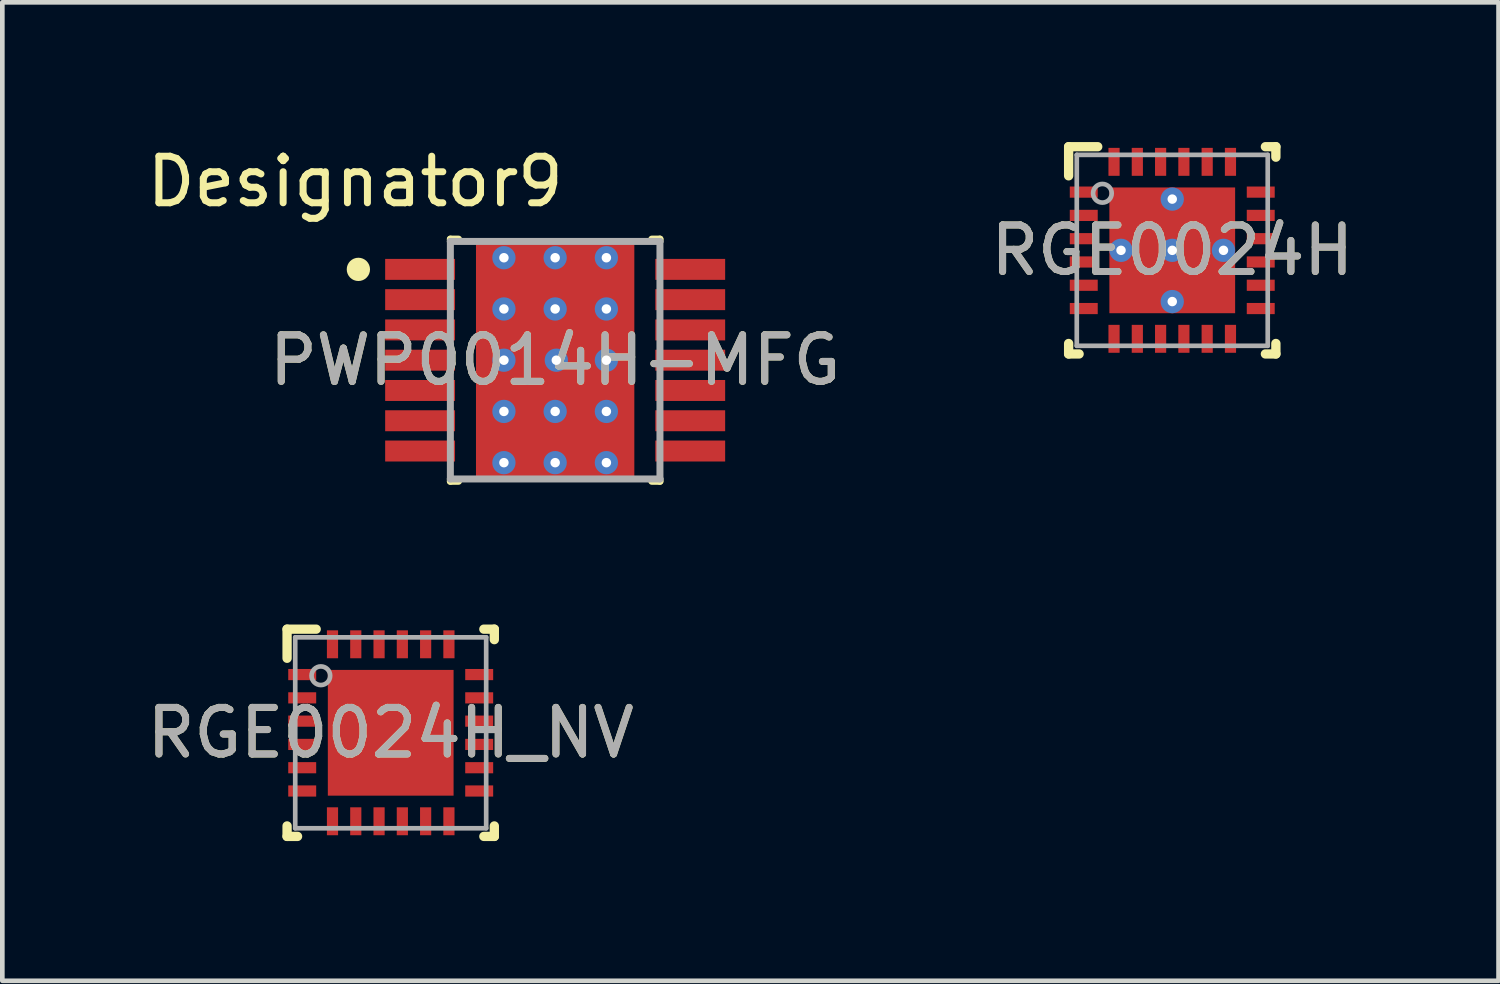
<source format=kicad_pcb>
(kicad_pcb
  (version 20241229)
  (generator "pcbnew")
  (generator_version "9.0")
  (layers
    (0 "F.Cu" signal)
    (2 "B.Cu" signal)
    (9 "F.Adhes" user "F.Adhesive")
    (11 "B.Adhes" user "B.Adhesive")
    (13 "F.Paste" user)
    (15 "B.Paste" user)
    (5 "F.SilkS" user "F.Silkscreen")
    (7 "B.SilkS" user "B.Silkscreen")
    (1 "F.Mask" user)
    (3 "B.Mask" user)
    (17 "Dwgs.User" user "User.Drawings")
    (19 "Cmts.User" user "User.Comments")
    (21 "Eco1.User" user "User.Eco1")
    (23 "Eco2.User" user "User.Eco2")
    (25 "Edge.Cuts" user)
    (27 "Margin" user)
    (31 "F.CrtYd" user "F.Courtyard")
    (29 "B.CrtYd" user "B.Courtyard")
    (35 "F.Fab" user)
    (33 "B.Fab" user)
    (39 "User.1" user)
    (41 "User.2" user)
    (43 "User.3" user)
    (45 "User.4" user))
  (footprint "RGE0024H_NV"
    (layer "F.Cu")
    (at 5.339 12.684)
    (property "Reference" "RGE0024H_NV" (at 0 0 0) (unlocked yes) (layer "F.SilkS") (effects (font (size 1 1) (thickness 0.15))))
    (attr smd)
    (fp_line (start -2.225 -2.225) (end -1.6 -2.225) (stroke (width 0.2) (type solid)) (layer "F.SilkS"))
    (fp_line (start -2.225 -1.6) (end -2.225 -2.225) (stroke (width 0.2) (type solid)) (layer "F.SilkS"))
    (fp_line (start -2.225 2.225) (end -2.225 2) (stroke (width 0.2) (type solid)) (layer "F.SilkS"))
    (fp_line (start -2.225 2.225) (end -2 2.225) (stroke (width 0.2) (type solid)) (layer "F.SilkS"))
    (fp_line (start 2 -2.225) (end 2.225 -2.225) (stroke (width 0.2) (type solid)) (layer "F.SilkS"))
    (fp_line (start 2 2.225) (end 2.225 2.225) (stroke (width 0.2) (type solid)) (layer "F.SilkS"))
    (fp_line (start 2.225 -2) (end 2.225 -2.225) (stroke (width 0.2) (type solid)) (layer "F.SilkS"))
    (fp_line (start 2.225 2.225) (end 2.225 2) (stroke (width 0.2) (type solid)) (layer "F.SilkS"))
    (fp_poly (pts (xy -0.1 -1.242) (xy -0.1 -0.148) (xy -0.101 -0.138) (xy -0.104 -0.129) (xy -0.108 -0.121) (xy -0.114 -0.114) (xy -0.121 -0.108) (xy -0.129 -0.104) (xy -0.138 -0.101) (xy -0.148 -0.1) (xy -1.242 -0.1) (xy -1.252 -0.101) (xy -1.261 -0.104) (xy -1.269 -0.108) (xy -1.276 -0.114) (xy -1.282 -0.121) (xy -1.286 -0.129) (xy -1.289 -0.138) (xy -1.29 -0.148) (xy -1.29 -1.242) (xy -1.289 -1.252) (xy -1.286 -1.261) (xy -1.282 -1.269) (xy -1.276 -1.276) (xy -1.269 -1.282) (xy -1.261 -1.286) (xy -1.252 -1.289) (xy -1.242 -1.29) (xy -0.148 -1.29) (xy -0.138 -1.289) (xy -0.129 -1.286) (xy -0.121 -1.282) (xy -0.114 -1.276) (xy -0.108 -1.269) (xy -0.104 -1.261) (xy -0.101 -1.252)) (stroke (width 0) (type solid)) (fill yes) (layer "F.Paste"))
    (fp_poly (pts (xy -0.1 0.148) (xy -0.1 1.242) (xy -0.101 1.252) (xy -0.104 1.261) (xy -0.108 1.269) (xy -0.114 1.276) (xy -0.121 1.282) (xy -0.129 1.286) (xy -0.138 1.289) (xy -0.148 1.29) (xy -1.242 1.29) (xy -1.252 1.289) (xy -1.261 1.286) (xy -1.269 1.282) (xy -1.276 1.276) (xy -1.282 1.269) (xy -1.286 1.261) (xy -1.289 1.252) (xy -1.29 1.242) (xy -1.29 0.148) (xy -1.289 0.138) (xy -1.286 0.129) (xy -1.282 0.121) (xy -1.276 0.114) (xy -1.269 0.108) (xy -1.261 0.104) (xy -1.252 0.101) (xy -1.242 0.1) (xy -0.148 0.1) (xy -0.138 0.101) (xy -0.129 0.104) (xy -0.121 0.108) (xy -0.114 0.114) (xy -0.108 0.121) (xy -0.104 0.129) (xy -0.101 0.138)) (stroke (width 0) (type solid)) (fill yes) (layer "F.Paste"))
    (fp_poly (pts (xy 0.1 -0.148) (xy 0.1 -1.242) (xy 0.101 -1.252) (xy 0.104 -1.261) (xy 0.108 -1.269) (xy 0.114 -1.276) (xy 0.121 -1.282) (xy 0.129 -1.286) (xy 0.138 -1.289) (xy 0.148 -1.29) (xy 1.242 -1.29) (xy 1.252 -1.289) (xy 1.261 -1.286) (xy 1.269 -1.282) (xy 1.276 -1.276) (xy 1.282 -1.269) (xy 1.286 -1.261) (xy 1.289 -1.252) (xy 1.29 -1.242) (xy 1.29 -0.148) (xy 1.289 -0.138) (xy 1.286 -0.129) (xy 1.282 -0.121) (xy 1.276 -0.114) (xy 1.269 -0.108) (xy 1.261 -0.104) (xy 1.252 -0.101) (xy 1.242 -0.1) (xy 0.148 -0.1) (xy 0.138 -0.101) (xy 0.129 -0.104) (xy 0.121 -0.108) (xy 0.114 -0.114) (xy 0.108 -0.121) (xy 0.104 -0.129) (xy 0.101 -0.138)) (stroke (width 0) (type solid)) (fill yes) (layer "F.Paste"))
    (fp_poly (pts (xy 0.1 1.242) (xy 0.1 0.148) (xy 0.101 0.138) (xy 0.104 0.129) (xy 0.108 0.121) (xy 0.114 0.114) (xy 0.121 0.108) (xy 0.129 0.104) (xy 0.138 0.101) (xy 0.148 0.1) (xy 1.242 0.1) (xy 1.252 0.101) (xy 1.261 0.104) (xy 1.269 0.108) (xy 1.276 0.114) (xy 1.282 0.121) (xy 1.286 0.129) (xy 1.289 0.138) (xy 1.29 0.148) (xy 1.29 1.242) (xy 1.289 1.252) (xy 1.286 1.261) (xy 1.282 1.269) (xy 1.276 1.276) (xy 1.269 1.282) (xy 1.261 1.286) (xy 1.252 1.289) (xy 1.242 1.29) (xy 0.148 1.29) (xy 0.138 1.289) (xy 0.129 1.286) (xy 0.121 1.282) (xy 0.114 1.276) (xy 0.108 1.269) (xy 0.104 1.261) (xy 0.101 1.252)) (stroke (width 0) (type solid)) (fill yes) (layer "F.Paste"))
    (fp_line (start -2.05 -2.05) (end 2.05 -2.05) (stroke (width 0.1) (type solid)) (layer "F.Fab"))
    (fp_line (start -2.05 2.05) (end -2.05 -2.05) (stroke (width 0.1) (type solid)) (layer "F.Fab"))
    (fp_line (start -2.05 2.05) (end 2.05 2.05) (stroke (width 0.1) (type solid)) (layer "F.Fab"))
    (fp_line (start 2.05 2.05) (end 2.05 -2.05) (stroke (width 0.1) (type solid)) (layer "F.Fab"))
    (fp_circle (center -1.5 -1.225) (end -1.3 -1.225) (stroke (width 0.1) (type solid)) (fill no) (layer "F.Fab"))
    (fp_text user "${REFERENCE}" (at 0 0 0) (unlocked yes) (layer "F.Fab") (effects (font (size 1 1) (thickness 0.15))))
    (pad "1" smd rect (at -1.9 -1.25 90) (size 0.24 0.6) (layers "F.Cu" "F.Mask" "F.Paste"))
    (pad "2" smd rect (at -1.9 -0.75 90) (size 0.24 0.6) (layers "F.Cu" "F.Mask" "F.Paste"))
    (pad "3" smd rect (at -1.9 -0.25 90) (size 0.24 0.6) (layers "F.Cu" "F.Mask" "F.Paste"))
    (pad "4" smd rect (at -1.9 0.25 90) (size 0.24 0.6) (layers "F.Cu" "F.Mask" "F.Paste"))
    (pad "5" smd rect (at -1.9 0.75 90) (size 0.24 0.6) (layers "F.Cu" "F.Mask" "F.Paste"))
    (pad "6" smd rect (at -1.9 1.25 90) (size 0.24 0.6) (layers "F.Cu" "F.Mask" "F.Paste"))
    (pad "7" smd rect (at -1.25 1.9) (size 0.24 0.6) (layers "F.Cu" "F.Mask" "F.Paste"))
    (pad "8" smd rect (at -0.75 1.9) (size 0.24 0.6) (layers "F.Cu" "F.Mask" "F.Paste"))
    (pad "9" smd rect (at -0.25 1.9) (size 0.24 0.6) (layers "F.Cu" "F.Mask" "F.Paste"))
    (pad "10" smd rect (at 0.25 1.9) (size 0.24 0.6) (layers "F.Cu" "F.Mask" "F.Paste"))
    (pad "11" smd rect (at 0.75 1.9) (size 0.24 0.6) (layers "F.Cu" "F.Mask" "F.Paste"))
    (pad "12" smd rect (at 1.25 1.9) (size 0.24 0.6) (layers "F.Cu" "F.Mask" "F.Paste"))
    (pad "13" smd rect (at 1.9 1.25 90) (size 0.24 0.6) (layers "F.Cu" "F.Mask" "F.Paste"))
    (pad "14" smd rect (at 1.9 0.75 90) (size 0.24 0.6) (layers "F.Cu" "F.Mask" "F.Paste"))
    (pad "15" smd rect (at 1.9 0.25 90) (size 0.24 0.6) (layers "F.Cu" "F.Mask" "F.Paste"))
    (pad "16" smd rect (at 1.9 -0.25 90) (size 0.24 0.6) (layers "F.Cu" "F.Mask" "F.Paste"))
    (pad "17" smd rect (at 1.9 -0.75 90) (size 0.24 0.6) (layers "F.Cu" "F.Mask" "F.Paste"))
    (pad "18" smd rect (at 1.9 -1.25 90) (size 0.24 0.6) (layers "F.Cu" "F.Mask" "F.Paste"))
    (pad "19" smd rect (at 1.25 -1.9) (size 0.24 0.6) (layers "F.Cu" "F.Mask" "F.Paste"))
    (pad "20" smd rect (at 0.75 -1.9) (size 0.24 0.6) (layers "F.Cu" "F.Mask" "F.Paste"))
    (pad "21" smd rect (at 0.25 -1.9) (size 0.24 0.6) (layers "F.Cu" "F.Mask" "F.Paste"))
    (pad "22" smd rect (at -0.25 -1.9) (size 0.24 0.6) (layers "F.Cu" "F.Mask" "F.Paste"))
    (pad "23" smd rect (at -0.75 -1.9) (size 0.24 0.6) (layers "F.Cu" "F.Mask" "F.Paste"))
    (pad "24" smd rect (at -1.25 -1.9) (size 0.24 0.6) (layers "F.Cu" "F.Mask" "F.Paste"))
    (pad "25" smd rect (at 0 0) (size 2.7 2.7) (layers "F.Cu" "F.Mask")))
  (footprint "RGE0024H"
    (layer "F.Cu")
    (at 22.12 2.325)
    (property "Reference" "RGE0024H" (at 0 0 0) (unlocked yes) (layer "F.SilkS") (effects (font (size 1 1) (thickness 0.15))))
    (attr smd)
    (fp_line (start -2.225 -2.225) (end -1.6 -2.225) (stroke (width 0.2) (type solid)) (layer "F.SilkS"))
    (fp_line (start -2.225 -1.6) (end -2.225 -2.225) (stroke (width 0.2) (type solid)) (layer "F.SilkS"))
    (fp_line (start -2.225 2.225) (end -2.225 2) (stroke (width 0.2) (type solid)) (layer "F.SilkS"))
    (fp_line (start -2.225 2.225) (end -2 2.225) (stroke (width 0.2) (type solid)) (layer "F.SilkS"))
    (fp_line (start 2 -2.225) (end 2.225 -2.225) (stroke (width 0.2) (type solid)) (layer "F.SilkS"))
    (fp_line (start 2 2.225) (end 2.225 2.225) (stroke (width 0.2) (type solid)) (layer "F.SilkS"))
    (fp_line (start 2.225 -2) (end 2.225 -2.225) (stroke (width 0.2) (type solid)) (layer "F.SilkS"))
    (fp_line (start 2.225 2.225) (end 2.225 2) (stroke (width 0.2) (type solid)) (layer "F.SilkS"))
    (fp_poly (pts (xy -0.1 -1.242) (xy -0.1 -0.148) (xy -0.101 -0.138) (xy -0.104 -0.129) (xy -0.108 -0.121) (xy -0.114 -0.114) (xy -0.121 -0.108) (xy -0.129 -0.104) (xy -0.138 -0.101) (xy -0.148 -0.1) (xy -1.242 -0.1) (xy -1.252 -0.101) (xy -1.261 -0.104) (xy -1.269 -0.108) (xy -1.276 -0.114) (xy -1.282 -0.121) (xy -1.286 -0.129) (xy -1.289 -0.138) (xy -1.29 -0.148) (xy -1.29 -1.242) (xy -1.289 -1.252) (xy -1.286 -1.261) (xy -1.282 -1.269) (xy -1.276 -1.276) (xy -1.269 -1.282) (xy -1.261 -1.286) (xy -1.252 -1.289) (xy -1.242 -1.29) (xy -0.148 -1.29) (xy -0.138 -1.289) (xy -0.129 -1.286) (xy -0.121 -1.282) (xy -0.114 -1.276) (xy -0.108 -1.269) (xy -0.104 -1.261) (xy -0.101 -1.252)) (stroke (width 0) (type solid)) (fill yes) (layer "F.Paste"))
    (fp_poly (pts (xy -0.1 0.148) (xy -0.1 1.242) (xy -0.101 1.252) (xy -0.104 1.261) (xy -0.108 1.269) (xy -0.114 1.276) (xy -0.121 1.282) (xy -0.129 1.286) (xy -0.138 1.289) (xy -0.148 1.29) (xy -1.242 1.29) (xy -1.252 1.289) (xy -1.261 1.286) (xy -1.269 1.282) (xy -1.276 1.276) (xy -1.282 1.269) (xy -1.286 1.261) (xy -1.289 1.252) (xy -1.29 1.242) (xy -1.29 0.148) (xy -1.289 0.138) (xy -1.286 0.129) (xy -1.282 0.121) (xy -1.276 0.114) (xy -1.269 0.108) (xy -1.261 0.104) (xy -1.252 0.101) (xy -1.242 0.1) (xy -0.148 0.1) (xy -0.138 0.101) (xy -0.129 0.104) (xy -0.121 0.108) (xy -0.114 0.114) (xy -0.108 0.121) (xy -0.104 0.129) (xy -0.101 0.138)) (stroke (width 0) (type solid)) (fill yes) (layer "F.Paste"))
    (fp_poly (pts (xy 0.1 -0.148) (xy 0.1 -1.242) (xy 0.101 -1.252) (xy 0.104 -1.261) (xy 0.108 -1.269) (xy 0.114 -1.276) (xy 0.121 -1.282) (xy 0.129 -1.286) (xy 0.138 -1.289) (xy 0.148 -1.29) (xy 1.242 -1.29) (xy 1.252 -1.289) (xy 1.261 -1.286) (xy 1.269 -1.282) (xy 1.276 -1.276) (xy 1.282 -1.269) (xy 1.286 -1.261) (xy 1.289 -1.252) (xy 1.29 -1.242) (xy 1.29 -0.148) (xy 1.289 -0.138) (xy 1.286 -0.129) (xy 1.282 -0.121) (xy 1.276 -0.114) (xy 1.269 -0.108) (xy 1.261 -0.104) (xy 1.252 -0.101) (xy 1.242 -0.1) (xy 0.148 -0.1) (xy 0.138 -0.101) (xy 0.129 -0.104) (xy 0.121 -0.108) (xy 0.114 -0.114) (xy 0.108 -0.121) (xy 0.104 -0.129) (xy 0.101 -0.138)) (stroke (width 0) (type solid)) (fill yes) (layer "F.Paste"))
    (fp_poly (pts (xy 0.1 1.242) (xy 0.1 0.148) (xy 0.101 0.138) (xy 0.104 0.129) (xy 0.108 0.121) (xy 0.114 0.114) (xy 0.121 0.108) (xy 0.129 0.104) (xy 0.138 0.101) (xy 0.148 0.1) (xy 1.242 0.1) (xy 1.252 0.101) (xy 1.261 0.104) (xy 1.269 0.108) (xy 1.276 0.114) (xy 1.282 0.121) (xy 1.286 0.129) (xy 1.289 0.138) (xy 1.29 0.148) (xy 1.29 1.242) (xy 1.289 1.252) (xy 1.286 1.261) (xy 1.282 1.269) (xy 1.276 1.276) (xy 1.269 1.282) (xy 1.261 1.286) (xy 1.252 1.289) (xy 1.242 1.29) (xy 0.148 1.29) (xy 0.138 1.289) (xy 0.129 1.286) (xy 0.121 1.282) (xy 0.114 1.276) (xy 0.108 1.269) (xy 0.104 1.261) (xy 0.101 1.252)) (stroke (width 0) (type solid)) (fill yes) (layer "F.Paste"))
    (fp_line (start -2.05 -2.05) (end 2.05 -2.05) (stroke (width 0.1) (type solid)) (layer "F.Fab"))
    (fp_line (start -2.05 2.05) (end -2.05 -2.05) (stroke (width 0.1) (type solid)) (layer "F.Fab"))
    (fp_line (start -2.05 2.05) (end 2.05 2.05) (stroke (width 0.1) (type solid)) (layer "F.Fab"))
    (fp_line (start 2.05 2.05) (end 2.05 -2.05) (stroke (width 0.1) (type solid)) (layer "F.Fab"))
    (fp_circle (center -1.5 -1.225) (end -1.3 -1.225) (stroke (width 0.1) (type solid)) (fill no) (layer "F.Fab"))
    (fp_text user "${REFERENCE}" (at 0 0 0) (unlocked yes) (layer "F.Fab") (effects (font (size 1 1) (thickness 0.15))))
    (pad "1" smd rect (at -1.9 -1.25 90) (size 0.24 0.6) (layers "F.Cu" "F.Mask" "F.Paste"))
    (pad "2" smd rect (at -1.9 -0.75 90) (size 0.24 0.6) (layers "F.Cu" "F.Mask" "F.Paste"))
    (pad "3" smd rect (at -1.9 -0.25 90) (size 0.24 0.6) (layers "F.Cu" "F.Mask" "F.Paste"))
    (pad "4" smd rect (at -1.9 0.25 90) (size 0.24 0.6) (layers "F.Cu" "F.Mask" "F.Paste"))
    (pad "5" smd rect (at -1.9 0.75 90) (size 0.24 0.6) (layers "F.Cu" "F.Mask" "F.Paste"))
    (pad "6" smd rect (at -1.9 1.25 90) (size 0.24 0.6) (layers "F.Cu" "F.Mask" "F.Paste"))
    (pad "7" smd rect (at -1.25 1.9) (size 0.24 0.6) (layers "F.Cu" "F.Mask" "F.Paste"))
    (pad "8" smd rect (at -0.75 1.9) (size 0.24 0.6) (layers "F.Cu" "F.Mask" "F.Paste"))
    (pad "9" smd rect (at -0.25 1.9) (size 0.24 0.6) (layers "F.Cu" "F.Mask" "F.Paste"))
    (pad "10" smd rect (at 0.25 1.9) (size 0.24 0.6) (layers "F.Cu" "F.Mask" "F.Paste"))
    (pad "11" smd rect (at 0.75 1.9) (size 0.24 0.6) (layers "F.Cu" "F.Mask" "F.Paste"))
    (pad "12" smd rect (at 1.25 1.9) (size 0.24 0.6) (layers "F.Cu" "F.Mask" "F.Paste"))
    (pad "13" smd rect (at 1.9 1.25 90) (size 0.24 0.6) (layers "F.Cu" "F.Mask" "F.Paste"))
    (pad "14" smd rect (at 1.9 0.75 90) (size 0.24 0.6) (layers "F.Cu" "F.Mask" "F.Paste"))
    (pad "15" smd rect (at 1.9 0.25 90) (size 0.24 0.6) (layers "F.Cu" "F.Mask" "F.Paste"))
    (pad "16" smd rect (at 1.9 -0.25 90) (size 0.24 0.6) (layers "F.Cu" "F.Mask" "F.Paste"))
    (pad "17" smd rect (at 1.9 -0.75 90) (size 0.24 0.6) (layers "F.Cu" "F.Mask" "F.Paste"))
    (pad "18" smd rect (at 1.9 -1.25 90) (size 0.24 0.6) (layers "F.Cu" "F.Mask" "F.Paste"))
    (pad "19" smd rect (at 1.25 -1.9) (size 0.24 0.6) (layers "F.Cu" "F.Mask" "F.Paste"))
    (pad "20" smd rect (at 0.75 -1.9) (size 0.24 0.6) (layers "F.Cu" "F.Mask" "F.Paste"))
    (pad "21" smd rect (at 0.25 -1.9) (size 0.24 0.6) (layers "F.Cu" "F.Mask" "F.Paste"))
    (pad "22" smd rect (at -0.25 -1.9) (size 0.24 0.6) (layers "F.Cu" "F.Mask" "F.Paste"))
    (pad "23" smd rect (at -0.75 -1.9) (size 0.24 0.6) (layers "F.Cu" "F.Mask" "F.Paste"))
    (pad "24" smd rect (at -1.25 -1.9) (size 0.24 0.6) (layers "F.Cu" "F.Mask" "F.Paste"))
    (pad "25" smd rect (at 0 0) (size 2.7 2.7) (layers "F.Cu" "F.Mask"))
    (pad "V" thru_hole circle (at -1.1 0) (size 0.5 0.5) (drill 0.203) (layers "*.Cu" "*.Mask"))
    (pad "V" thru_hole circle (at 0 -1.1) (size 0.5 0.5) (drill 0.203) (layers "*.Cu" "*.Mask"))
    (pad "V" thru_hole circle (at 0 0) (size 0.5 0.5) (drill 0.203) (layers "*.Cu" "*.Mask"))
    (pad "V" thru_hole circle (at 0 1.1) (size 0.5 0.5) (drill 0.203) (layers "*.Cu" "*.Mask"))
    (pad "V" thru_hole circle (at 1.1 0) (size 0.5 0.5) (drill 0.203) (layers "*.Cu" "*.Mask")))
  (footprint "PWP0014H-MFG"
    (layer "F.Cu")
    (at 8.87 4.684)
    (property "Reference" "PWP0014H-MFG" (at 0 0 0) (unlocked yes) (layer "F.SilkS") (effects (font (size 1 1) (thickness 0.15))))
    (fp_poly (pts (xy 0.91 -1.38) (xy 0.91 1.38) (xy 0.86 1.43) (xy -0.86 1.43) (xy -0.91 1.38) (xy -0.91 -1.38) (xy -0.86 -1.43) (xy 0.86 -1.43)) (stroke (width 0) (type solid)) (fill yes) (layer "F.Mask"))
    (fp_line (start -2.25 -2.6) (end -2.075 -2.6) (stroke (width 0.15) (type solid)) (layer "F.SilkS"))
    (fp_line (start -2.25 -2.55) (end -2.25 -2.6) (stroke (width 0.15) (type solid)) (layer "F.SilkS"))
    (fp_line (start -2.25 2.6) (end -2.25 2.55) (stroke (width 0.15) (type solid)) (layer "F.SilkS"))
    (fp_line (start -2.25 2.6) (end -2.075 2.6) (stroke (width 0.15) (type solid)) (layer "F.SilkS"))
    (fp_line (start 2.075 -2.6) (end 2.25 -2.6) (stroke (width 0.15) (type solid)) (layer "F.SilkS"))
    (fp_line (start 2.075 2.6) (end 2.25 2.6) (stroke (width 0.15) (type solid)) (layer "F.SilkS"))
    (fp_line (start 2.25 -2.55) (end 2.25 -2.6) (stroke (width 0.15) (type solid)) (layer "F.SilkS"))
    (fp_line (start 2.25 2.6) (end 2.25 2.55) (stroke (width 0.15) (type solid)) (layer "F.SilkS"))
    (fp_circle (center -4.225 -1.95) (end -4.1 -1.95) (stroke (width 0.25) (type solid)) (fill no) (layer "F.SilkS"))
    (fp_poly (pts (xy 0.91 -1.38) (xy 0.91 1.38) (xy 0.86 1.43) (xy -0.86 1.43) (xy -0.91 1.38) (xy -0.91 -1.38) (xy -0.86 -1.43) (xy 0.86 -1.43)) (stroke (width 0) (type solid)) (fill yes) (layer "F.Paste"))
    (fp_line (start -2.25 -2.55) (end 2.25 -2.55) (stroke (width 0.15) (type solid)) (layer "F.Fab"))
    (fp_line (start -2.25 2.55) (end -2.25 -2.55) (stroke (width 0.15) (type solid)) (layer "F.Fab"))
    (fp_line (start -2.25 2.55) (end 2.25 2.55) (stroke (width 0.15) (type solid)) (layer "F.Fab"))
    (fp_line (start 2.25 2.55) (end 2.25 -2.55) (stroke (width 0.15) (type solid)) (layer "F.Fab"))
    (fp_text user "Designator9" (at -4.293 -3.835 0) (unlocked yes) (layer "F.SilkS") (effects (font (size 1 1) (thickness 0.15))))
    (fp_text user "${REFERENCE}" (at 0 0 0) (unlocked yes) (layer "F.Fab") (effects (font (size 1 1) (thickness 0.15))))
    (pad "1" smd rect (at -2.9 -1.95) (size 1.5 0.45) (layers "F.Cu" "F.Mask" "F.Paste"))
    (pad "2" smd rect (at -2.9 -1.3) (size 1.5 0.45) (layers "F.Cu" "F.Mask" "F.Paste"))
    (pad "3" smd rect (at -2.9 -0.65) (size 1.5 0.45) (layers "F.Cu" "F.Mask" "F.Paste"))
    (pad "4" smd rect (at -2.9 0) (size 1.5 0.45) (layers "F.Cu" "F.Mask" "F.Paste"))
    (pad "5" smd rect (at -2.9 0.65) (size 1.5 0.45) (layers "F.Cu" "F.Mask" "F.Paste"))
    (pad "6" smd rect (at -2.9 1.3) (size 1.5 0.45) (layers "F.Cu" "F.Mask" "F.Paste"))
    (pad "7" smd rect (at -2.9 1.95) (size 1.5 0.45) (layers "F.Cu" "F.Mask" "F.Paste"))
    (pad "8" smd rect (at 2.9 1.95) (size 1.5 0.45) (layers "F.Cu" "F.Mask" "F.Paste"))
    (pad "9" smd rect (at 2.9 1.3) (size 1.5 0.45) (layers "F.Cu" "F.Mask" "F.Paste"))
    (pad "10" smd rect (at 2.9 0.65) (size 1.5 0.45) (layers "F.Cu" "F.Mask" "F.Paste"))
    (pad "11" smd rect (at 2.9 0) (size 1.5 0.45) (layers "F.Cu" "F.Mask" "F.Paste"))
    (pad "12" smd rect (at 2.9 -0.65) (size 1.5 0.45) (layers "F.Cu" "F.Mask" "F.Paste"))
    (pad "13" smd rect (at 2.9 -1.3) (size 1.5 0.45) (layers "F.Cu" "F.Mask" "F.Paste"))
    (pad "14" smd rect (at 2.9 -1.95) (size 1.5 0.45) (layers "F.Cu" "F.Mask" "F.Paste"))
    (pad "15" smd rect (at 0 0) (size 3.4 5) (layers "F.Cu"))
    (pad "16" thru_hole circle (at 1.1 -2.2) (size 0.5 0.5) (drill 0.203) (layers "*.Cu" "*.Mask"))
    (pad "17" thru_hole circle (at 1.1 -1.1) (size 0.5 0.5) (drill 0.203) (layers "*.Cu" "*.Mask"))
    (pad "18" thru_hole circle (at 1.1 0) (size 0.5 0.5) (drill 0.203) (layers "*.Cu" "*.Mask"))
    (pad "19" thru_hole circle (at 1.1 1.1) (size 0.5 0.5) (drill 0.203) (layers "*.Cu" "*.Mask"))
    (pad "20" thru_hole circle (at 1.1 2.2) (size 0.5 0.5) (drill 0.203) (layers "*.Cu" "*.Mask"))
    (pad "21" thru_hole circle (at -1.1 -2.2) (size 0.5 0.5) (drill 0.203) (layers "*.Cu" "*.Mask"))
    (pad "22" thru_hole circle (at -1.1 -1.1) (size 0.5 0.5) (drill 0.203) (layers "*.Cu" "*.Mask"))
    (pad "23" thru_hole circle (at -1.1 0) (size 0.5 0.5) (drill 0.203) (layers "*.Cu" "*.Mask"))
    (pad "24" thru_hole circle (at -1.1 1.1) (size 0.5 0.5) (drill 0.203) (layers "*.Cu" "*.Mask"))
    (pad "25" thru_hole circle (at -1.1 2.2) (size 0.5 0.5) (drill 0.203) (layers "*.Cu" "*.Mask"))
    (pad "26" thru_hole circle (at 0 -2.2) (size 0.5 0.5) (drill 0.203) (layers "*.Cu" "*.Mask"))
    (pad "27" thru_hole circle (at 0 -1.1) (size 0.5 0.5) (drill 0.203) (layers "*.Cu" "*.Mask"))
    (pad "28" thru_hole circle (at 0.025 0) (size 0.5 0.5) (drill 0.203) (layers "*.Cu" "*.Mask"))
    (pad "29" thru_hole circle (at 0 1.1) (size 0.5 0.5) (drill 0.203) (layers "*.Cu" "*.Mask"))
    (pad "30" thru_hole circle (at 0 2.2) (size 0.5 0.5) (drill 0.203) (layers "*.Cu" "*.Mask")))
  (gr_rect
    (start -3 -3)
    (end 29.126 18.009)
    (stroke (width 0.1) (type default))
    (fill no)
    (layer "Edge.Cuts")))
</source>
